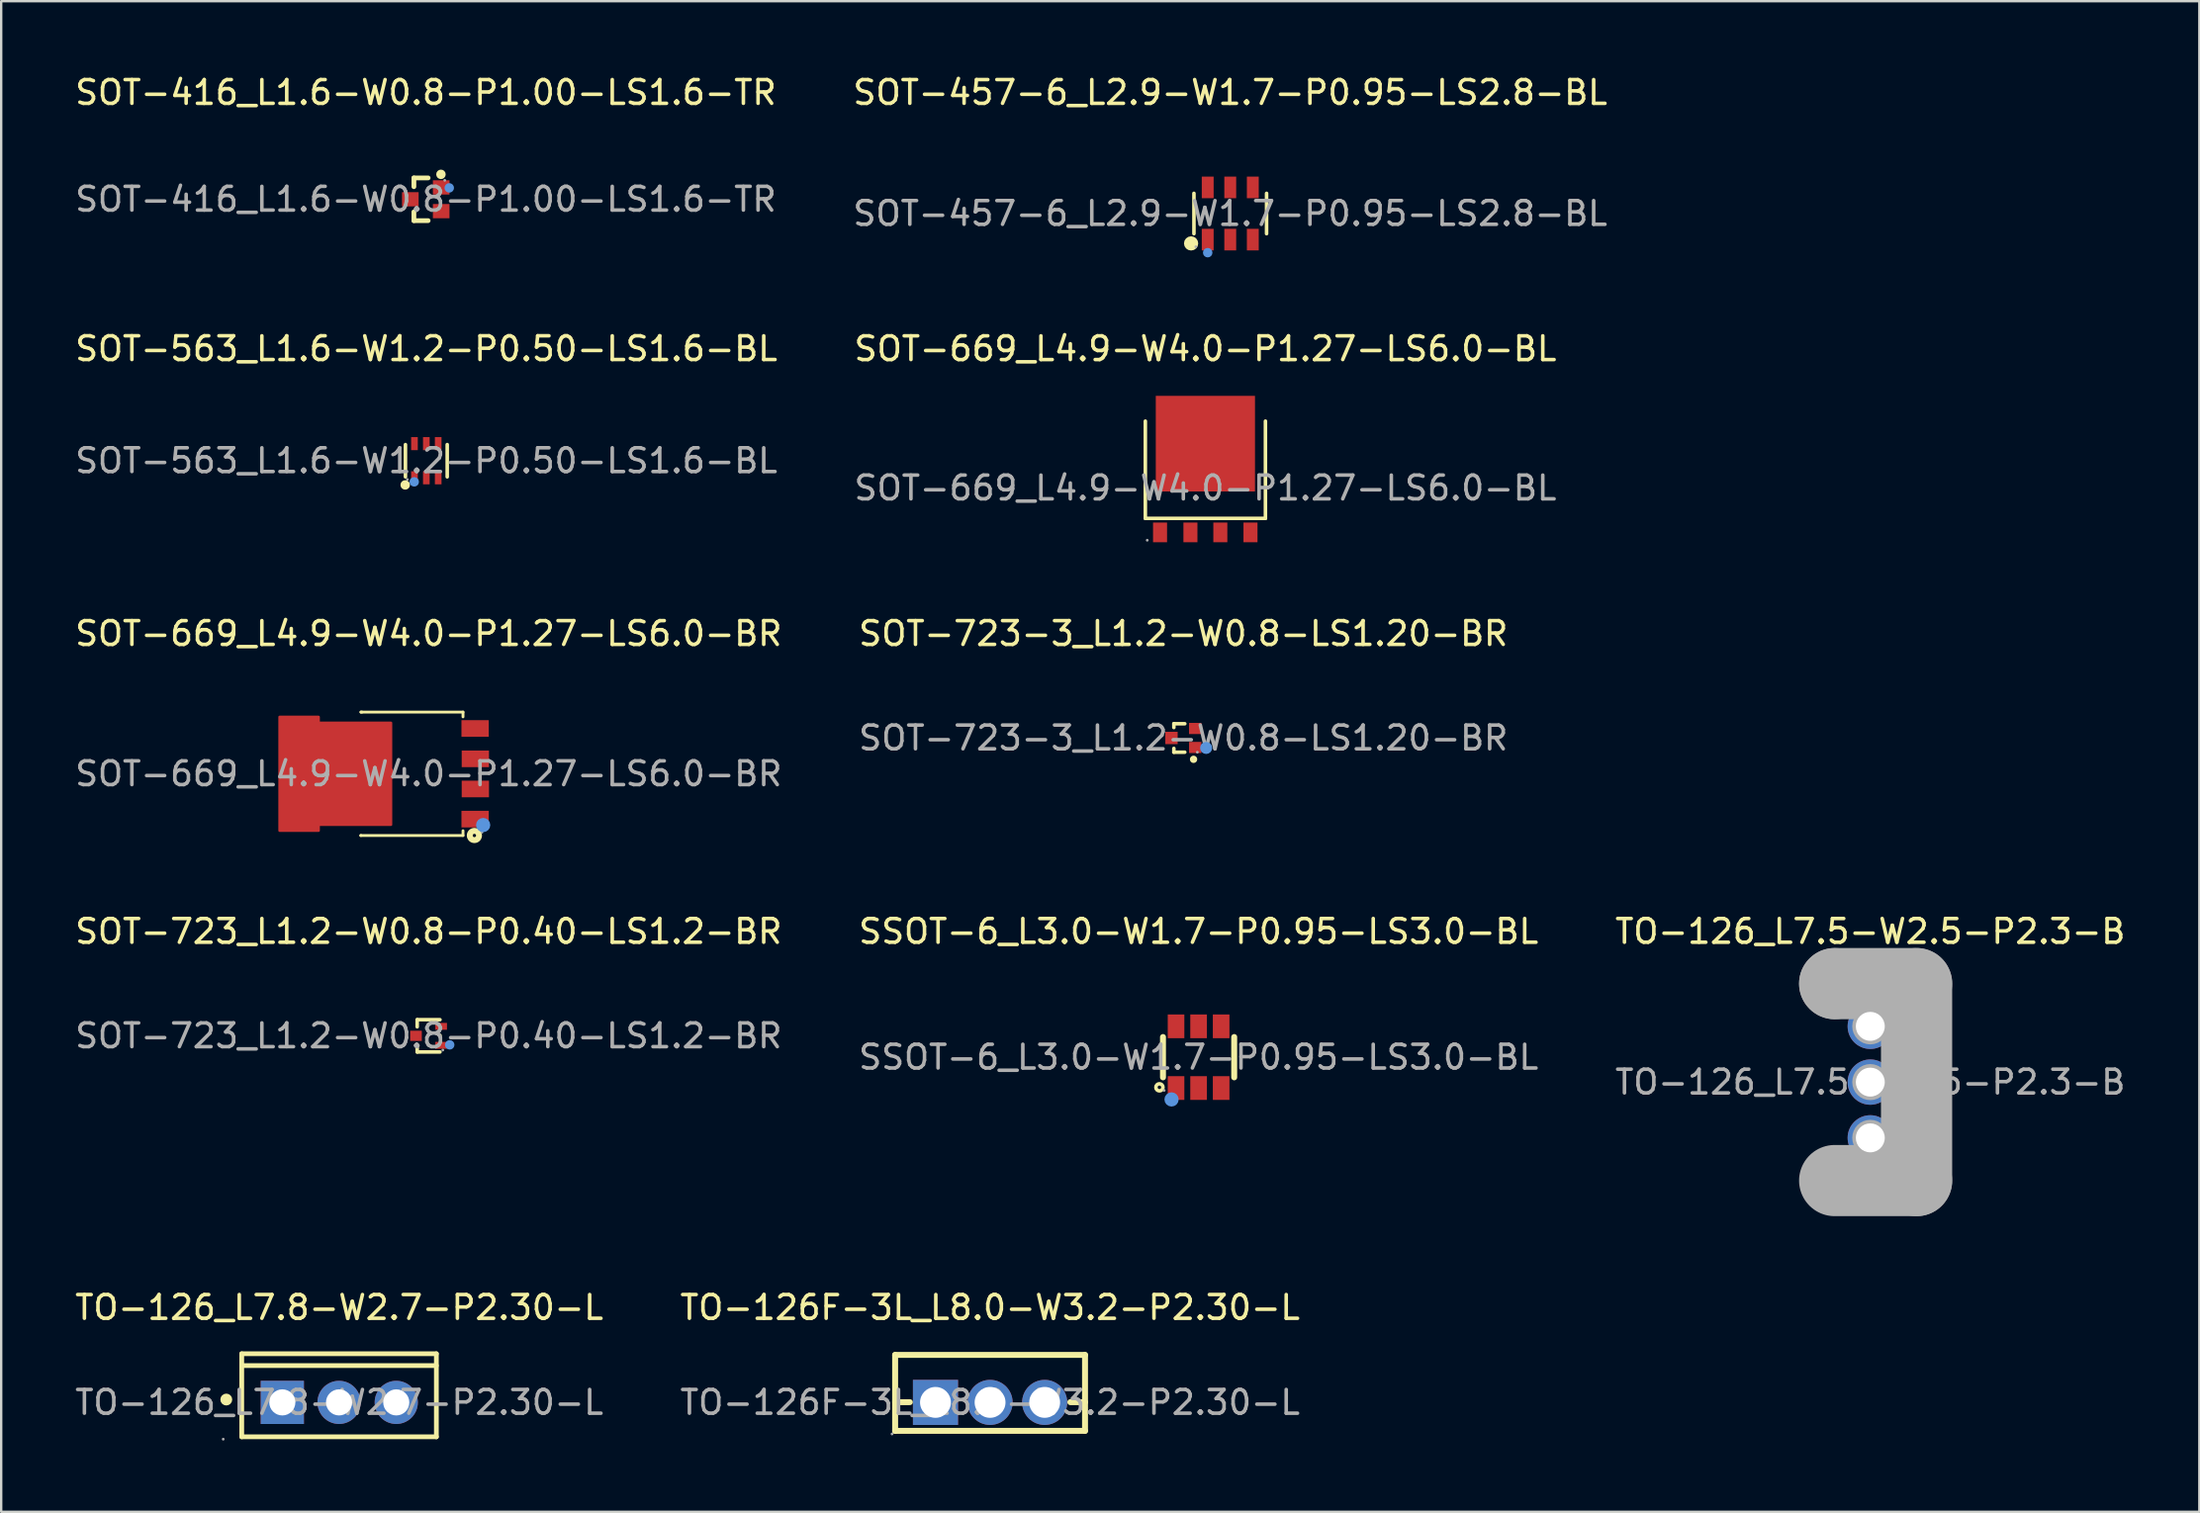
<source format=kicad_pcb>
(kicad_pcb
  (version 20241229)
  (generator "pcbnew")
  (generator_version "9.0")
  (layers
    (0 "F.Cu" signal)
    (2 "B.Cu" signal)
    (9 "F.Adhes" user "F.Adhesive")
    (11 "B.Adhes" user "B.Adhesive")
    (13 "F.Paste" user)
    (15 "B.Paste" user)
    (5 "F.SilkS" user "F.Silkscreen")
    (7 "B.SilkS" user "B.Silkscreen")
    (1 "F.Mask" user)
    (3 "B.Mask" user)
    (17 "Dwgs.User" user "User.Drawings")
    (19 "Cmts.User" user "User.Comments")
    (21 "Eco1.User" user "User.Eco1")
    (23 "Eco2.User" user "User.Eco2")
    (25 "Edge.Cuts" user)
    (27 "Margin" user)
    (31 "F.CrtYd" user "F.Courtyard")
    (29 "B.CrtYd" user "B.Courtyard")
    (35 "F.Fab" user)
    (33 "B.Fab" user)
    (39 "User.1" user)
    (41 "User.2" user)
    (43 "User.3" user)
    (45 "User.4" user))
  (footprint "TO-126_L7.8-W2.7-P2.30-L"
    (layer "F.Cu")
    (at 11.244 56.051)
    (property "Reference" "TO-126_L7.8-W2.7-P2.30-L" (at 0 -4 0) (layer "F.SilkS") (effects (font (size 1 1) (thickness 0.15))))
    (attr through_hole)
    (fp_line (start -4.11 -2.05) (end 4.09 -2.05) (stroke (width 0.2) (type solid)) (layer "F.SilkS"))
    (fp_line (start -4.11 1.45) (end -4.11 -2.05) (stroke (width 0.2) (type solid)) (layer "F.SilkS"))
    (fp_line (start 4.09 -1.55) (end -4.11 -1.55) (stroke (width 0.2) (type solid)) (layer "F.SilkS"))
    (fp_line (start 4.09 1.45) (end -4.11 1.45) (stroke (width 0.2) (type solid)) (layer "F.SilkS"))
    (fp_line (start 4.09 1.45) (end 4.09 -2.05) (stroke (width 0.2) (type solid)) (layer "F.SilkS"))
    (fp_arc (start -4.76 -0.12) (mid -4.76 -0.12) (end -4.76 -0.12) (stroke (width 0.25) (type solid)) (layer "F.SilkS"))
    (fp_circle (center -4.89 1.55) (end -4.86 1.55) (stroke (width 0.06) (type solid)) (fill no) (layer "F.Fab"))
    (fp_circle (center -2.4 0) (end -2.17 0) (stroke (width 0.45) (type solid)) (fill no) (layer "F.Fab"))
    (fp_circle (center -0.01 0) (end 0.22 0) (stroke (width 0.45) (type solid)) (fill no) (layer "F.Fab"))
    (fp_circle (center 2.4 0) (end 2.63 0) (stroke (width 0.45) (type solid)) (fill no) (layer "F.Fab"))
    (fp_text user "${REFERENCE}" (at 0 0 0) (layer "F.Fab") (effects (font (size 1 1) (thickness 0.15))))
    (pad "1" thru_hole rect (at -2.4 0 90) (size 1.82 1.82) (drill 1.1) (layers "*.Cu" "*.Paste" "*.Mask"))
    (pad "2" thru_hole circle (at -0.01 0 90) (size 1.82 1.82) (drill 1.1) (layers "*.Cu" "*.Paste" "*.Mask"))
    (pad "3" thru_hole circle (at 2.4 0 90) (size 1.82 1.82) (drill 1.1) (layers "*.Cu" "*.Paste" "*.Mask")))
  (footprint "SOT-669_L4.9-W4.0-P1.27-LS6.0-BR"
    (layer "F.Cu")
    (at 15.006 29.56)
    (property "Reference" "SOT-669_L4.9-W4.0-P1.27-LS6.0-BR" (at 0 -5.91 0) (layer "F.SilkS") (effects (font (size 1 1) (thickness 0.15))))
    (attr through_hole)
    (fp_line (start -2.86 2.6) (end -2.85 2.6) (stroke (width 0.12) (type solid)) (layer "F.SilkS"))
    (fp_line (start -2.85 -2.6) (end -2.81 -2.6) (stroke (width 0.12) (type solid)) (layer "F.SilkS"))
    (fp_line (start -2.85 2.6) (end 1.45 2.6) (stroke (width 0.12) (type solid)) (layer "F.SilkS"))
    (fp_line (start 1.45 -2.6) (end -2.85 -2.6) (stroke (width 0.12) (type solid)) (layer "F.SilkS"))
    (fp_line (start 1.45 -2.4) (end 1.45 -2.6) (stroke (width 0.12) (type solid)) (layer "F.SilkS"))
    (fp_line (start 1.45 2.6) (end 1.45 2.4) (stroke (width 0.12) (type solid)) (layer "F.SilkS"))
    (fp_circle (center 1.93 2.6) (end 2 2.6) (stroke (width 0.25) (type solid)) (fill no) (layer "F.SilkS"))
    (fp_circle (center 2.3 2.16) (end 2.45 2.16) (stroke (width 0.3) (type solid)) (fill no) (layer "Cmts.User"))
    (fp_circle (center 2.25 2.46) (end 2.28 2.46) (stroke (width 0.06) (type solid)) (fill no) (layer "F.Fab"))
    (fp_text user "${REFERENCE}" (at 0 0 0) (layer "F.Fab") (effects (font (size 1 1) (thickness 0.15))))
    (pad "1" smd rect (at 1.96 1.91 90) (size 0.7 1.15) (layers "F.Cu" "F.Mask" "F.Paste"))
    (pad "2" smd rect (at 1.97 0.64 90) (size 0.7 1.15) (layers "F.Cu" "F.Mask" "F.Paste"))
    (pad "3" smd rect (at 1.97 -0.63 90) (size 0.7 1.15) (layers "F.Cu" "F.Mask" "F.Paste"))
    (pad "4" smd rect (at 1.96 -1.91 90) (size 0.7 1.15) (layers "F.Cu" "F.Mask" "F.Paste"))
    (pad "5" smd custom (at -1.97 0) (size 1 1) (layers "F.Cu" "F.Mask" "F.Paste") (options (anchor circle)) (primitives (gr_poly (pts (xy -4.31 -2.4) (xy -4.31 2.4) (xy -2.66 2.4) (xy -2.66 2.15) (xy 0.39 2.15) (xy 0.39 -2.15) (xy -2.66 -2.15) (xy -2.66 -2.4)) (width 0.1) (fill yes)))))
  (footprint "TO-126F-3L_L8.0-W3.2-P2.30-L"
    (layer "F.Cu")
    (at 38.661 56.051)
    (property "Reference" "TO-126F-3L_L8.0-W3.2-P2.30-L" (at 0 -4 0) (layer "F.SilkS") (effects (font (size 1 1) (thickness 0.15))))
    (attr through_hole)
    (fp_line (start -4 -2) (end -4 1.2) (stroke (width 0.25) (type solid)) (layer "F.SilkS"))
    (fp_line (start -4 -2) (end 4 -2) (stroke (width 0.25) (type solid)) (layer "F.SilkS"))
    (fp_line (start -4 -0.01) (end -3.38 -0.01) (stroke (width 0.25) (type solid)) (layer "F.SilkS"))
    (fp_line (start -4 1.2) (end 4 1.2) (stroke (width 0.25) (type solid)) (layer "F.SilkS"))
    (fp_line (start 3.38 -0.01) (end 4 -0.01) (stroke (width 0.25) (type solid)) (layer "F.SilkS"))
    (fp_line (start 4 -2) (end 4 1.2) (stroke (width 0.25) (type solid)) (layer "F.SilkS"))
    (fp_circle (center -4.13 1.33) (end -4.1 1.33) (stroke (width 0.06) (type solid)) (fill no) (layer "F.Fab"))
    (fp_circle (center -2.3 0) (end -2.02 0) (stroke (width 0.55) (type solid)) (fill no) (layer "F.Fab"))
    (fp_circle (center 0 0) (end 0.28 0) (stroke (width 0.55) (type solid)) (fill no) (layer "F.Fab"))
    (fp_circle (center 2.3 0) (end 2.58 0) (stroke (width 0.55) (type solid)) (fill no) (layer "F.Fab"))
    (fp_text user "${REFERENCE}" (at 0 0 0) (layer "F.Fab") (effects (font (size 1 1) (thickness 0.15))))
    (pad "1" thru_hole rect (at -2.3 0) (size 1.9 1.9) (drill 1.3) (layers "*.Cu" "*.Paste" "*.Mask"))
    (pad "2" thru_hole circle (at 0 0) (size 1.9 1.9) (drill 1.3) (layers "*.Cu" "*.Paste" "*.Mask"))
    (pad "3" thru_hole circle (at 2.3 0) (size 1.9 1.9) (drill 1.3) (layers "*.Cu" "*.Paste" "*.Mask")))
  (footprint "SOT-669_L4.9-W4.0-P1.27-LS6.0-BL"
    (layer "F.Cu")
    (at 47.732 17.517)
    (property "Reference" "SOT-669_L4.9-W4.0-P1.27-LS6.0-BL" (at 0 -5.87 0) (layer "F.SilkS") (effects (font (size 1 1) (thickness 0.15))))
    (attr through_hole)
    (fp_line (start -2.53 -2.82) (end -2.53 1.28) (stroke (width 0.15) (type solid)) (layer "F.SilkS"))
    (fp_line (start -2.53 1.28) (end 2.53 1.28) (stroke (width 0.15) (type solid)) (layer "F.SilkS"))
    (fp_line (start 2.53 -2.82) (end 2.53 1.28) (stroke (width 0.15) (type solid)) (layer "F.SilkS"))
    (fp_circle (center -2.45 2.2) (end -2.42 2.2) (stroke (width 0.06) (type solid)) (fill no) (layer "F.Fab"))
    (fp_text user "${REFERENCE}" (at 0 0 0) (layer "F.Fab") (effects (font (size 1 1) (thickness 0.15))))
    (pad "1" smd rect (at -1.91 1.87) (size 0.59 0.83) (layers "F.Cu" "F.Mask" "F.Paste"))
    (pad "2" smd rect (at -0.63 1.87) (size 0.59 0.83) (layers "F.Cu" "F.Mask" "F.Paste"))
    (pad "3" smd rect (at 0.63 1.87) (size 0.59 0.83) (layers "F.Cu" "F.Mask" "F.Paste"))
    (pad "4" smd rect (at 1.9 1.87) (size 0.59 0.83) (layers "F.Cu" "F.Mask" "F.Paste"))
    (pad "5" smd rect (at 0 -1.87) (size 4.18 4.03) (layers "F.Cu" "F.Mask" "F.Paste")))
  (footprint "SOT-723-3_L1.2-W0.8-LS1.20-BR"
    (layer "F.Cu")
    (at 46.804 28.05)
    (property "Reference" "SOT-723-3_L1.2-W0.8-LS1.20-BR" (at 0 -4.4 0) (layer "F.SilkS") (effects (font (size 1 1) (thickness 0.15))))
    (attr through_hole)
    (fp_line (start -0.4 -0.6) (end -0.4 -0.44) (stroke (width 0.15) (type solid)) (layer "F.SilkS"))
    (fp_line (start -0.4 -0.6) (end 0.06 -0.6) (stroke (width 0.15) (type solid)) (layer "F.SilkS"))
    (fp_line (start -0.4 0.44) (end -0.4 0.6) (stroke (width 0.15) (type solid)) (layer "F.SilkS"))
    (fp_line (start -0.4 0.6) (end 0.06 0.6) (stroke (width 0.15) (type solid)) (layer "F.SilkS"))
    (fp_circle (center 0.43 0.9) (end 0.51 0.9) (stroke (width 0.15) (type solid)) (fill no) (layer "F.SilkS"))
    (fp_circle (center 0.96 0.42) (end 1.09 0.42) (stroke (width 0.25) (type solid)) (fill no) (layer "Cmts.User"))
    (fp_circle (center 0.59 0.6) (end 0.62 0.6) (stroke (width 0.06) (type solid)) (fill no) (layer "F.Fab"))
    (fp_text user "${REFERENCE}" (at 0 0 0) (layer "F.Fab") (effects (font (size 1 1) (thickness 0.15))))
    (pad "1" smd rect (at 0.5 0.4 270) (size 0.47 0.52) (layers "F.Cu" "F.Mask" "F.Paste"))
    (pad "2" smd rect (at 0.5 -0.4 270) (size 0.47 0.52) (layers "F.Cu" "F.Mask" "F.Paste"))
    (pad "3" smd rect (at -0.5 0 270) (size 0.52 0.52) (layers "F.Cu" "F.Mask" "F.Paste")))
  (footprint "SSOT-6_L3.0-W1.7-P0.95-LS3.0-BL"
    (layer "F.Cu")
    (at 47.446 41.503)
    (property "Reference" "SSOT-6_L3.0-W1.7-P0.95-LS3.0-BL" (at 0 -5.3 0) (layer "F.SilkS") (effects (font (size 1 1) (thickness 0.15))))
    (attr through_hole)
    (fp_line (start -1.5 0.85) (end -1.5 -0.85) (stroke (width 0.25) (type solid)) (layer "F.SilkS"))
    (fp_line (start 1.5 0.85) (end 1.5 -0.85) (stroke (width 0.25) (type solid)) (layer "F.SilkS"))
    (fp_circle (center -1.65 1.27) (end -1.5 1.27) (stroke (width 0.15) (type solid)) (fill no) (layer "F.SilkS"))
    (fp_circle (center -1.14 1.78) (end -0.99 1.78) (stroke (width 0.3) (type solid)) (fill no) (layer "Cmts.User"))
    (fp_circle (center -1.45 1.4) (end -1.42 1.4) (stroke (width 0.06) (type solid)) (fill no) (layer "F.Fab"))
    (fp_text user "${REFERENCE}" (at 0 0 0) (layer "F.Fab") (effects (font (size 1 1) (thickness 0.15))))
    (pad "1" smd rect (at -0.95 1.3) (size 0.7 1) (layers "F.Cu" "F.Mask" "F.Paste"))
    (pad "2" smd rect (at 0 1.3) (size 0.7 1) (layers "F.Cu" "F.Mask" "F.Paste"))
    (pad "3" smd rect (at 0.95 1.3) (size 0.7 1) (layers "F.Cu" "F.Mask" "F.Paste"))
    (pad "4" smd rect (at 0.95 -1.3) (size 0.7 1) (layers "F.Cu" "F.Mask" "F.Paste"))
    (pad "5" smd rect (at 0 -1.3) (size 0.7 1) (layers "F.Cu" "F.Mask" "F.Paste"))
    (pad "6" smd rect (at -0.95 -1.3) (size 0.7 1) (layers "F.Cu" "F.Mask" "F.Paste")))
  (footprint "TO-126_L7.5-W2.5-P2.3-B"
    (layer "F.Cu")
    (at 75.744 42.553)
    (property "Reference" "TO-126_L7.5-W2.5-P2.3-B" (at 0 -6.35 0) (layer "F.SilkS") (effects (font (size 1 1) (thickness 0.15))))
    (attr through_hole)
    (fp_line (start 1.53 4.06) (end 1.53 -4.07) (stroke (width 0.25) (type solid)) (layer "F.SilkS"))
    (fp_arc (start -1.96 3.3) (mid -1.96 3.3) (end -1.96 3.3) (stroke (width 0.4) (type solid)) (layer "F.SilkS"))
    (fp_line (start -1.5 -4.15) (end -1.5 -4.15) (stroke (width 3) (type solid)) (layer "F.Fab"))
    (fp_line (start -1.5 -4.15) (end 1.95 -4.15) (stroke (width 3) (type solid)) (layer "F.Fab"))
    (fp_line (start 1.95 -4.15) (end 1.95 4.15) (stroke (width 3) (type solid)) (layer "F.Fab"))
    (fp_line (start 1.95 4.15) (end -1.5 4.15) (stroke (width 3) (type solid)) (layer "F.Fab"))
    (fp_circle (center 0 -2.35) (end 0.25 -2.35) (stroke (width 0.51) (type solid)) (fill no) (layer "F.Fab"))
    (fp_circle (center 0 0) (end 0.25 0) (stroke (width 0.51) (type solid)) (fill no) (layer "F.Fab"))
    (fp_circle (center 0 2.35) (end 0.25 2.35) (stroke (width 0.51) (type solid)) (fill no) (layer "F.Fab"))
    (fp_circle (center 2.08 4.28) (end 2.11 4.28) (stroke (width 0.06) (type solid)) (fill no) (layer "F.Fab"))
    (fp_text user "${REFERENCE}" (at 0 0 0) (layer "F.Fab") (effects (font (size 1 1) (thickness 0.15))))
    (pad "1" thru_hole circle (at 0 2.35 270) (size 1.91 1.91) (drill 1.219) (layers "*.Cu" "*.Paste" "*.Mask"))
    (pad "2" thru_hole circle (at 0 0 270) (size 1.91 1.91) (drill 1.219) (layers "*.Cu" "*.Paste" "*.Mask"))
    (pad "3" thru_hole circle (at 0 -2.35 270) (size 1.91 1.91) (drill 1.219) (layers "*.Cu" "*.Paste" "*.Mask")))
  (footprint "SOT-416_L1.6-W0.8-P1.00-LS1.6-TR"
    (layer "F.Cu")
    (at 14.887 5.348)
    (property "Reference" "SOT-416_L1.6-W0.8-P1.00-LS1.6-TR" (at 0 -4.5 0) (layer "F.SilkS") (effects (font (size 1 1) (thickness 0.15))))
    (attr through_hole)
    (fp_line (start -0.5 -0.9) (end 0.1 -0.9) (stroke (width 0.2) (type solid)) (layer "F.SilkS"))
    (fp_line (start -0.5 -0.53) (end -0.5 -0.9) (stroke (width 0.2) (type solid)) (layer "F.SilkS"))
    (fp_line (start -0.5 0.9) (end -0.5 0.53) (stroke (width 0.2) (type solid)) (layer "F.SilkS"))
    (fp_line (start -0.5 0.9) (end 0.1 0.9) (stroke (width 0.2) (type solid)) (layer "F.SilkS"))
    (fp_circle (center 0.64 -1.05) (end 0.74 -1.05) (stroke (width 0.2) (type solid)) (fill no) (layer "F.SilkS"))
    (fp_circle (center 0.99 -0.48) (end 1.09 -0.48) (stroke (width 0.2) (type solid)) (fill no) (layer "Cmts.User"))
    (fp_circle (center 0.8 -0.8) (end 0.83 -0.8) (stroke (width 0.06) (type solid)) (fill no) (layer "F.Fab"))
    (fp_text user "${REFERENCE}" (at 0 0 0) (layer "F.Fab") (effects (font (size 1 1) (thickness 0.15))))
    (pad "1" smd rect (at 0.65 -0.5 90) (size 0.6 0.7) (layers "F.Cu" "F.Mask" "F.Paste"))
    (pad "2" smd rect (at 0.65 0.5 90) (size 0.6 0.7) (layers "F.Cu" "F.Mask" "F.Paste"))
    (pad "3" smd rect (at -0.65 0 90) (size 0.6 0.7) (layers "F.Cu" "F.Mask" "F.Paste")))
  (footprint "SOT-563_L1.6-W1.2-P0.50-LS1.6-BL"
    (layer "F.Cu")
    (at 14.911 16.366)
    (property "Reference" "SOT-563_L1.6-W1.2-P0.50-LS1.6-BL" (at 0 -4.72 0) (layer "F.SilkS") (effects (font (size 1 1) (thickness 0.15))))
    (attr through_hole)
    (fp_line (start -0.88 0.68) (end -0.88 -0.68) (stroke (width 0.15) (type solid)) (layer "F.SilkS"))
    (fp_line (start 0.88 0.68) (end 0.88 -0.68) (stroke (width 0.15) (type solid)) (layer "F.SilkS"))
    (fp_circle (center -0.89 1.02) (end -0.79 1.02) (stroke (width 0.2) (type solid)) (fill no) (layer "F.SilkS"))
    (fp_circle (center -0.51 0.89) (end -0.41 0.89) (stroke (width 0.2) (type solid)) (fill no) (layer "Cmts.User"))
    (fp_circle (center -0.8 0.79) (end -0.77 0.79) (stroke (width 0.06) (type solid)) (fill no) (layer "F.Fab"))
    (fp_text user "${REFERENCE}" (at 0 0 0) (layer "F.Fab") (effects (font (size 1 1) (thickness 0.15))))
    (pad "1" smd rect (at -0.5 0.72) (size 0.28 0.55) (layers "F.Cu" "F.Mask" "F.Paste"))
    (pad "2" smd rect (at 0 0.72) (size 0.28 0.55) (layers "F.Cu" "F.Mask" "F.Paste"))
    (pad "3" smd rect (at 0.5 0.72) (size 0.28 0.55) (layers "F.Cu" "F.Mask" "F.Paste"))
    (pad "4" smd rect (at 0.5 -0.72) (size 0.28 0.55) (layers "F.Cu" "F.Mask" "F.Paste"))
    (pad "5" smd rect (at 0 -0.72) (size 0.28 0.55) (layers "F.Cu" "F.Mask" "F.Paste"))
    (pad "6" smd rect (at -0.5 -0.72) (size 0.28 0.55) (layers "F.Cu" "F.Mask" "F.Paste")))
  (footprint "SOT-457-6_L2.9-W1.7-P0.95-LS2.8-BL"
    (layer "F.Cu")
    (at 48.78 5.948)
    (property "Reference" "SOT-457-6_L2.9-W1.7-P0.95-LS2.8-BL" (at 0 -5.1 0) (layer "F.SilkS") (effects (font (size 1 1) (thickness 0.15))))
    (attr through_hole)
    (fp_line (start -1.53 0.85) (end -1.53 -0.85) (stroke (width 0.15) (type solid)) (layer "F.SilkS"))
    (fp_line (start 1.53 0.85) (end 1.53 -0.85) (stroke (width 0.15) (type solid)) (layer "F.SilkS"))
    (fp_circle (center -1.65 1.26) (end -1.5 1.26) (stroke (width 0.3) (type solid)) (fill no) (layer "F.SilkS"))
    (fp_circle (center -0.95 1.65) (end -0.85 1.65) (stroke (width 0.2) (type solid)) (fill no) (layer "Cmts.User"))
    (fp_circle (center -1.45 1.4) (end -1.42 1.4) (stroke (width 0.06) (type solid)) (fill no) (layer "F.Fab"))
    (fp_text user "${REFERENCE}" (at 0 0 0) (layer "F.Fab") (effects (font (size 1 1) (thickness 0.15))))
    (pad "1" smd rect (at -0.95 1.1) (size 0.5 0.91) (layers "F.Cu" "F.Mask" "F.Paste"))
    (pad "2" smd rect (at 0 1.1) (size 0.5 0.91) (layers "F.Cu" "F.Mask" "F.Paste"))
    (pad "3" smd rect (at 0.95 1.1) (size 0.5 0.91) (layers "F.Cu" "F.Mask" "F.Paste"))
    (pad "4" smd rect (at 0.95 -1.1) (size 0.5 0.91) (layers "F.Cu" "F.Mask" "F.Paste"))
    (pad "5" smd rect (at 0 -1.1) (size 0.5 0.91) (layers "F.Cu" "F.Mask" "F.Paste"))
    (pad "6" smd rect (at -0.95 -1.1) (size 0.5 0.91) (layers "F.Cu" "F.Mask" "F.Paste")))
  (footprint "SOT-723_L1.2-W0.8-P0.40-LS1.2-BR"
    (layer "F.Cu")
    (at 15.006 40.603)
    (property "Reference" "SOT-723_L1.2-W0.8-P0.40-LS1.2-BR" (at 0 -4.4 0) (layer "F.SilkS") (effects (font (size 1 1) (thickness 0.15))))
    (attr through_hole)
    (fp_line (start -0.48 -0.68) (end -0.48 -0.38) (stroke (width 0.15) (type solid)) (layer "F.SilkS"))
    (fp_line (start -0.48 0.68) (end -0.48 0.38) (stroke (width 0.15) (type solid)) (layer "F.SilkS"))
    (fp_line (start 0.48 -0.68) (end -0.48 -0.68) (stroke (width 0.15) (type solid)) (layer "F.SilkS"))
    (fp_line (start 0.48 -0.02) (end 0.48 0.02) (stroke (width 0.15) (type solid)) (layer "F.SilkS"))
    (fp_line (start 0.48 0.68) (end -0.48 0.68) (stroke (width 0.15) (type solid)) (layer "F.SilkS"))
    (fp_circle (center 0.89 0.38) (end 0.99 0.38) (stroke (width 0.2) (type solid)) (fill no) (layer "Cmts.User"))
    (fp_circle (center 0.6 0.6) (end 0.63 0.6) (stroke (width 0.06) (type solid)) (fill no) (layer "F.Fab"))
    (fp_text user "${REFERENCE}" (at 0 0 0) (layer "F.Fab") (effects (font (size 1 1) (thickness 0.15))))
    (pad "1" smd rect (at 0.53 0.4) (size 0.49 0.29) (layers "F.Cu" "F.Mask" "F.Paste"))
    (pad "2" smd rect (at 0.53 -0.4) (size 0.49 0.29) (layers "F.Cu" "F.Mask" "F.Paste"))
    (pad "3" smd rect (at -0.53 0) (size 0.49 0.43) (layers "F.Cu" "F.Mask" "F.Paste")))
  (gr_rect
    (start -3 -3)
    (end 89.607 60.661)
    (stroke (width 0.1) (type default))
    (fill no)
    (layer "Edge.Cuts")))
</source>
